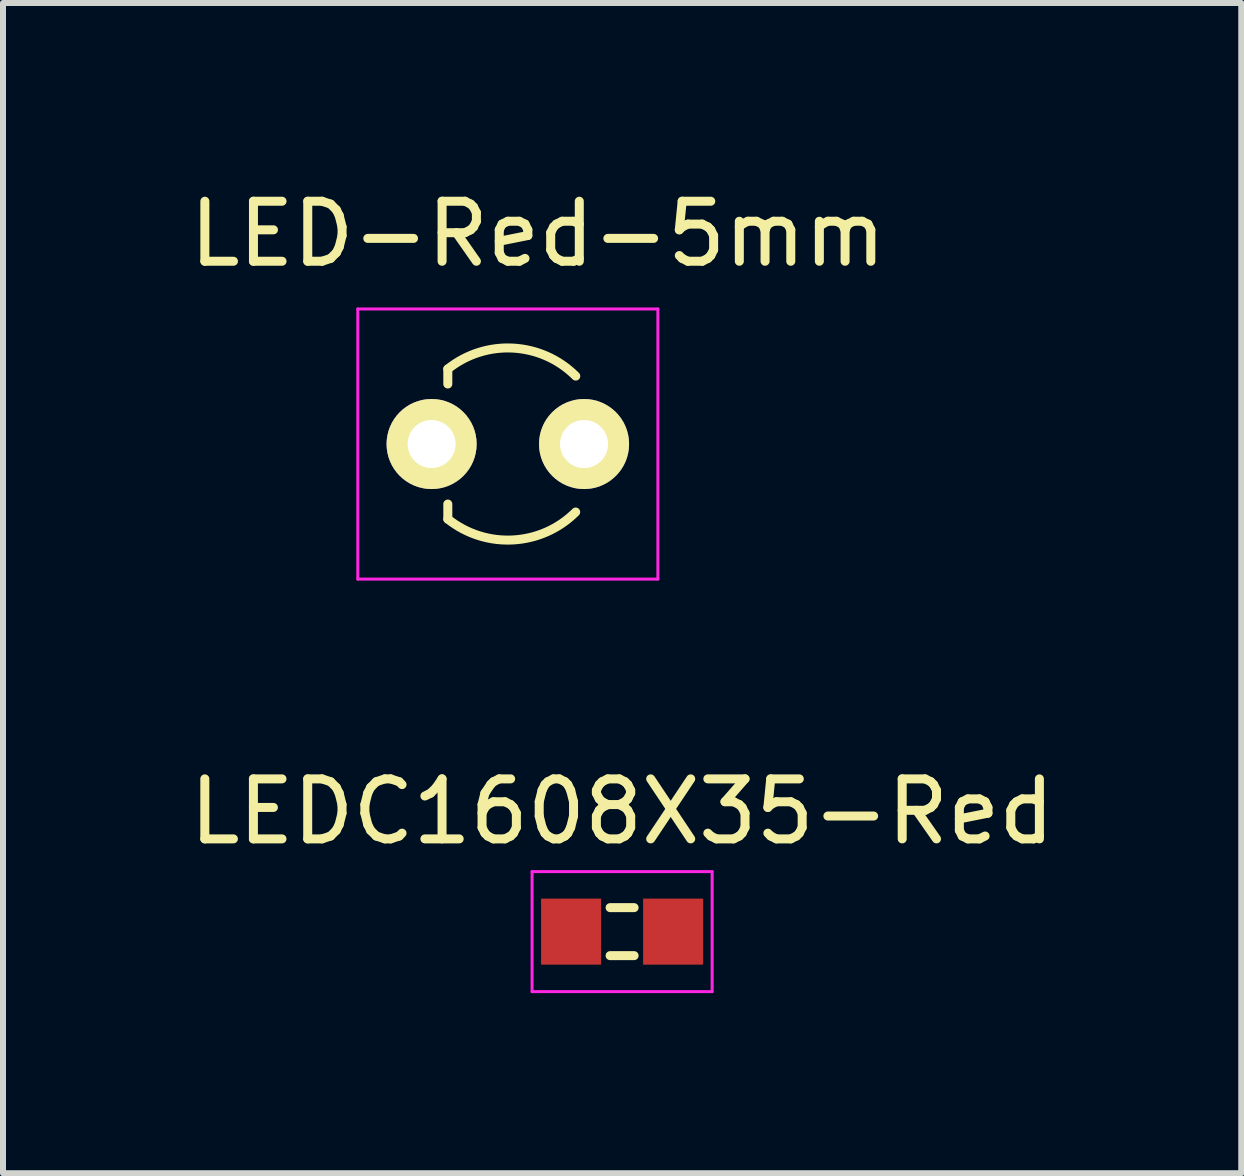
<source format=kicad_pcb>
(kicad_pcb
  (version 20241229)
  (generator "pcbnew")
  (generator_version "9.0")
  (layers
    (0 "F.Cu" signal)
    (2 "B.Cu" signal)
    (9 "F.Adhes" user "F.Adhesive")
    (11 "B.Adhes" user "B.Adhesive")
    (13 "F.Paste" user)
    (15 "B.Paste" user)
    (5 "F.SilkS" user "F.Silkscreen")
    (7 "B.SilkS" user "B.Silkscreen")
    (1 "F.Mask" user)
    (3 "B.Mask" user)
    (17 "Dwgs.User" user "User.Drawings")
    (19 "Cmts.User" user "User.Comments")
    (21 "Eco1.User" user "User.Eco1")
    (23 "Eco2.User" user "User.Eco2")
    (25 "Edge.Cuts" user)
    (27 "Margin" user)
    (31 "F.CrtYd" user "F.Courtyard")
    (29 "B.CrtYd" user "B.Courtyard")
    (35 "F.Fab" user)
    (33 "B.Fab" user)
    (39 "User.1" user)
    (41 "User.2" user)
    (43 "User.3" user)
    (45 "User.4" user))
  (footprint "LEDC1608X35-Red"
    (layer "F.Cu")
    (at 7.315 12.472)
    (property "Reference" "LEDC1608X35-Red" (at 0 -2 0) (layer "F.SilkS") (effects (font (size 1 1) (thickness 0.15))))
    (attr through_hole)
    (fp_line (start -0.2 -0.4) (end 0.2 -0.4) (stroke (width 0.15) (type solid)) (layer "F.SilkS"))
    (fp_line (start -0.2 0.4) (end 0.2 0.4) (stroke (width 0.15) (type solid)) (layer "F.SilkS"))
    (fp_line (start -1.5 -1) (end 1.5 -1) (stroke (width 0.05) (type solid)) (layer "F.CrtYd"))
    (fp_line (start -1.5 1) (end -1.5 -1) (stroke (width 0.05) (type solid)) (layer "F.CrtYd"))
    (fp_line (start 1.5 -1) (end 1.5 1) (stroke (width 0.05) (type solid)) (layer "F.CrtYd"))
    (fp_line (start 1.5 1) (end -1.5 1) (stroke (width 0.05) (type solid)) (layer "F.CrtYd"))
    (pad "1" smd rect (at -0.85 0) (size 1 1.1) (layers "F.Cu" "F.Mask" "F.Paste"))
    (pad "2" smd rect (at 0.85 0) (size 1 1.1) (layers "F.Cu" "F.Mask" "F.Paste")))
  (footprint "LED-Red-5mm"
    (layer "F.Cu")
    (at 5.411 4.348)
    (property "Reference" "LED-Red-5mm" (at 0.5 -3.5 0) (layer "F.SilkS") (effects (font (size 1 1) (thickness 0.15))))
    (attr through_hole)
    (fp_line (start -1 -1) (end -1 -1.25) (stroke (width 0.15) (type solid)) (layer "F.SilkS"))
    (fp_line (start -1 1.25) (end -1 1) (stroke (width 0.15) (type solid)) (layer "F.SilkS"))
    (fp_arc (start -1 -1.25) (mid 0.088524 -1.598331) (end 1.131923 -1.131923) (stroke (width 0.15) (type solid)) (layer "F.SilkS"))
    (fp_arc (start 1.130741 1.133104) (mid 0.08769 1.598377) (end -1 1.25) (stroke (width 0.15) (type solid)) (layer "F.SilkS"))
    (fp_line (start -2.5 -2.25) (end 2.5 -2.25) (stroke (width 0.05) (type solid)) (layer "F.CrtYd"))
    (fp_line (start -2.5 2.25) (end -2.5 -2.25) (stroke (width 0.05) (type solid)) (layer "F.CrtYd"))
    (fp_line (start 2.5 -2.25) (end 2.5 2.25) (stroke (width 0.05) (type solid)) (layer "F.CrtYd"))
    (fp_line (start 2.5 2.25) (end -2.5 2.25) (stroke (width 0.05) (type solid)) (layer "F.CrtYd"))
    (pad "1" thru_hole circle (at -1.27 0) (size 1.5 1.5) (drill 0.8) (layers "*.Cu" "*.Mask" "F.SilkS"))
    (pad "2" thru_hole circle (at 1.27 0) (size 1.5 1.5) (drill 0.8) (layers "*.Cu" "*.Mask" "F.SilkS")))
  (gr_rect
    (start -3 -3)
    (end 17.631 16.497)
    (stroke (width 0.1) (type default))
    (fill no)
    (layer "Edge.Cuts")))
</source>
